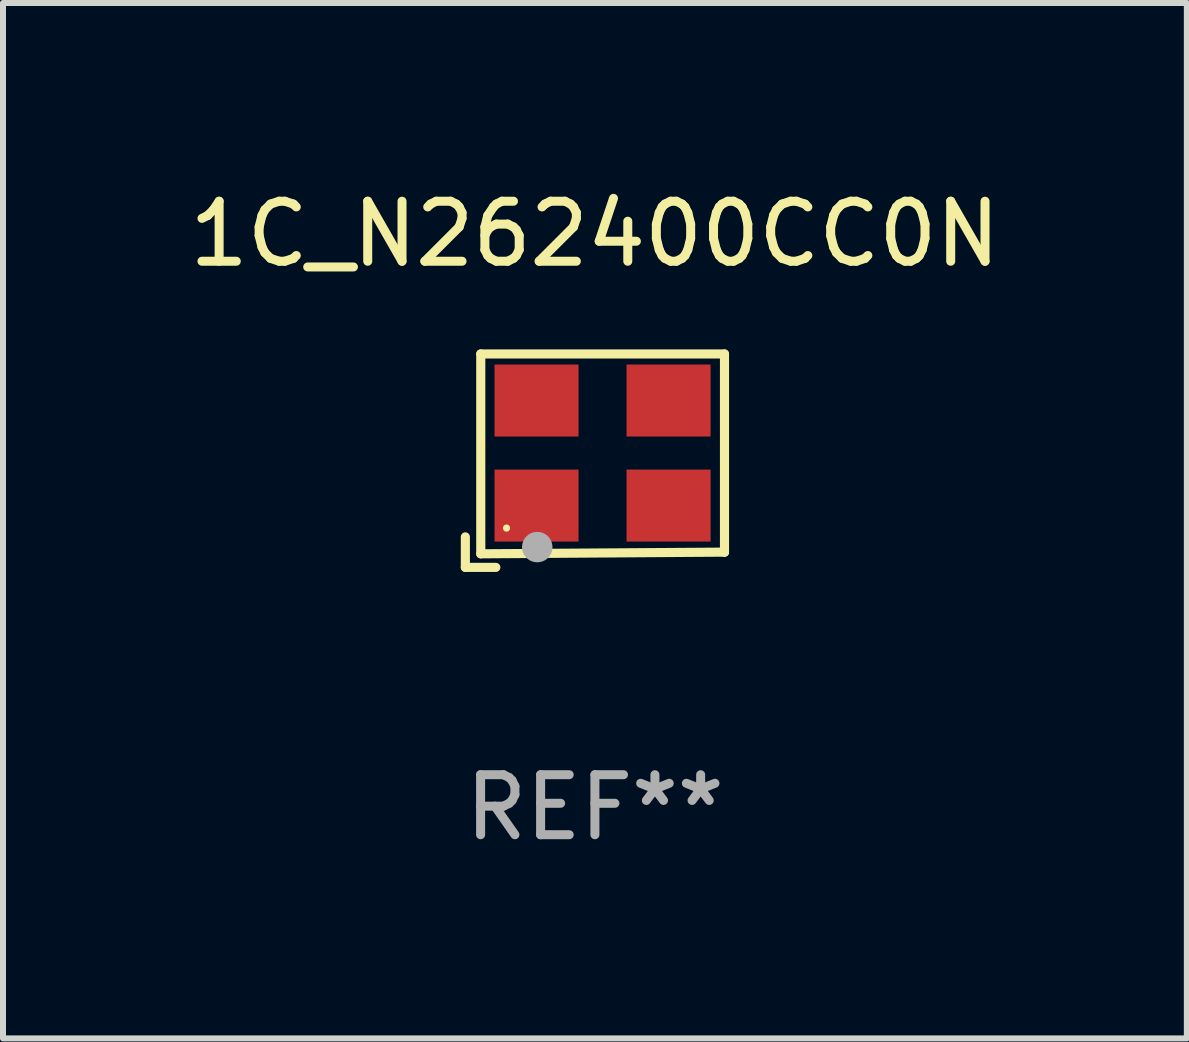
<source format=kicad_pcb>
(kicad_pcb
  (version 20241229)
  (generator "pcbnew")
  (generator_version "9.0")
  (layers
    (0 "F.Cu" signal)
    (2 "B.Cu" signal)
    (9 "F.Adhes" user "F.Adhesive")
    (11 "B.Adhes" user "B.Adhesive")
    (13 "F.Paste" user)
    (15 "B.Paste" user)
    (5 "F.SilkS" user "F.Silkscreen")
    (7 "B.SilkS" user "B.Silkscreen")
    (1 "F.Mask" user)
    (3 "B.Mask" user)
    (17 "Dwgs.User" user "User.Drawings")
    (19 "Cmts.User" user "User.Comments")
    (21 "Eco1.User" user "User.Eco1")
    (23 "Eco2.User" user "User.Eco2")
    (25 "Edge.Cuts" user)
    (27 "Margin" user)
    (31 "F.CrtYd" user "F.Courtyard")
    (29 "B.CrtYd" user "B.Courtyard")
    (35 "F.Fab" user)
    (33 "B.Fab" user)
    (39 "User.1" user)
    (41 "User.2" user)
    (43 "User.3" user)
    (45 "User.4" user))
  (footprint "1C_N262400CC0N"
    (layer "F.Cu")
    (at 6.863 4.626)
    (property "Reference" "1C_N262400CC0N" (at 0 -3.778 0) (layer "F.SilkS") (effects (font (size 1 1) (thickness 0.15))))
    (attr through_hole)
    (fp_line (start -2.159 1.27) (end -2.159 1.778) (stroke (width 0.152) (type solid)) (layer "F.SilkS"))
    (fp_line (start -2.159 1.778) (end -1.651 1.778) (stroke (width 0.152) (type solid)) (layer "F.SilkS"))
    (fp_line (start -1.902 -1.778) (end 2.159 -1.778) (stroke (width 0.152) (type solid)) (layer "F.SilkS"))
    (fp_line (start -1.902 1.552) (end -1.902 -1.778) (stroke (width 0.152) (type solid)) (layer "F.SilkS"))
    (fp_line (start 2.159 -1.778) (end 2.159 -0.127) (stroke (width 0.152) (type solid)) (layer "F.SilkS"))
    (fp_line (start 2.159 -0.127) (end 2.159 1.524) (stroke (width 0.152) (type solid)) (layer "F.SilkS"))
    (fp_line (start 2.159 1.524) (end -1.902 1.552) (stroke (width 0.152) (type solid)) (layer "F.SilkS"))
    (fp_line (start 2.159 1.524) (end 2.159 1.524) (stroke (width 0.152) (type solid)) (layer "F.SilkS"))
    (fp_circle (center -1.473 1.123) (end -1.443 1.123) (stroke (width 0.06) (type solid)) (fill no) (layer "F.SilkS"))
    (fp_circle (center -0.961 1.44) (end -0.834 1.44) (stroke (width 0.254) (type solid)) (fill no) (layer "F.Fab"))
    (fp_text user "REF**" (at 0 5.778 0) (layer "F.Fab") (effects (font (size 1 1) (thickness 0.15))))
    (pad "1" smd rect (at -0.973 0.748) (size 1.4 1.2) (layers "F.Cu" "F.Mask" "F.Paste"))
    (pad "2" smd rect (at 1.227 0.748) (size 1.4 1.2) (layers "F.Cu" "F.Mask" "F.Paste"))
    (pad "3" smd rect (at 1.227 -1.002) (size 1.4 1.2) (layers "F.Cu" "F.Mask" "F.Paste"))
    (pad "4" smd rect (at -0.973 -1.002) (size 1.4 1.2) (layers "F.Cu" "F.Mask" "F.Paste")))
  (gr_rect
    (start -3 -3)
    (end 16.726 14.253)
    (stroke (width 0.1) (type default))
    (fill no)
    (layer "Edge.Cuts")))
</source>
